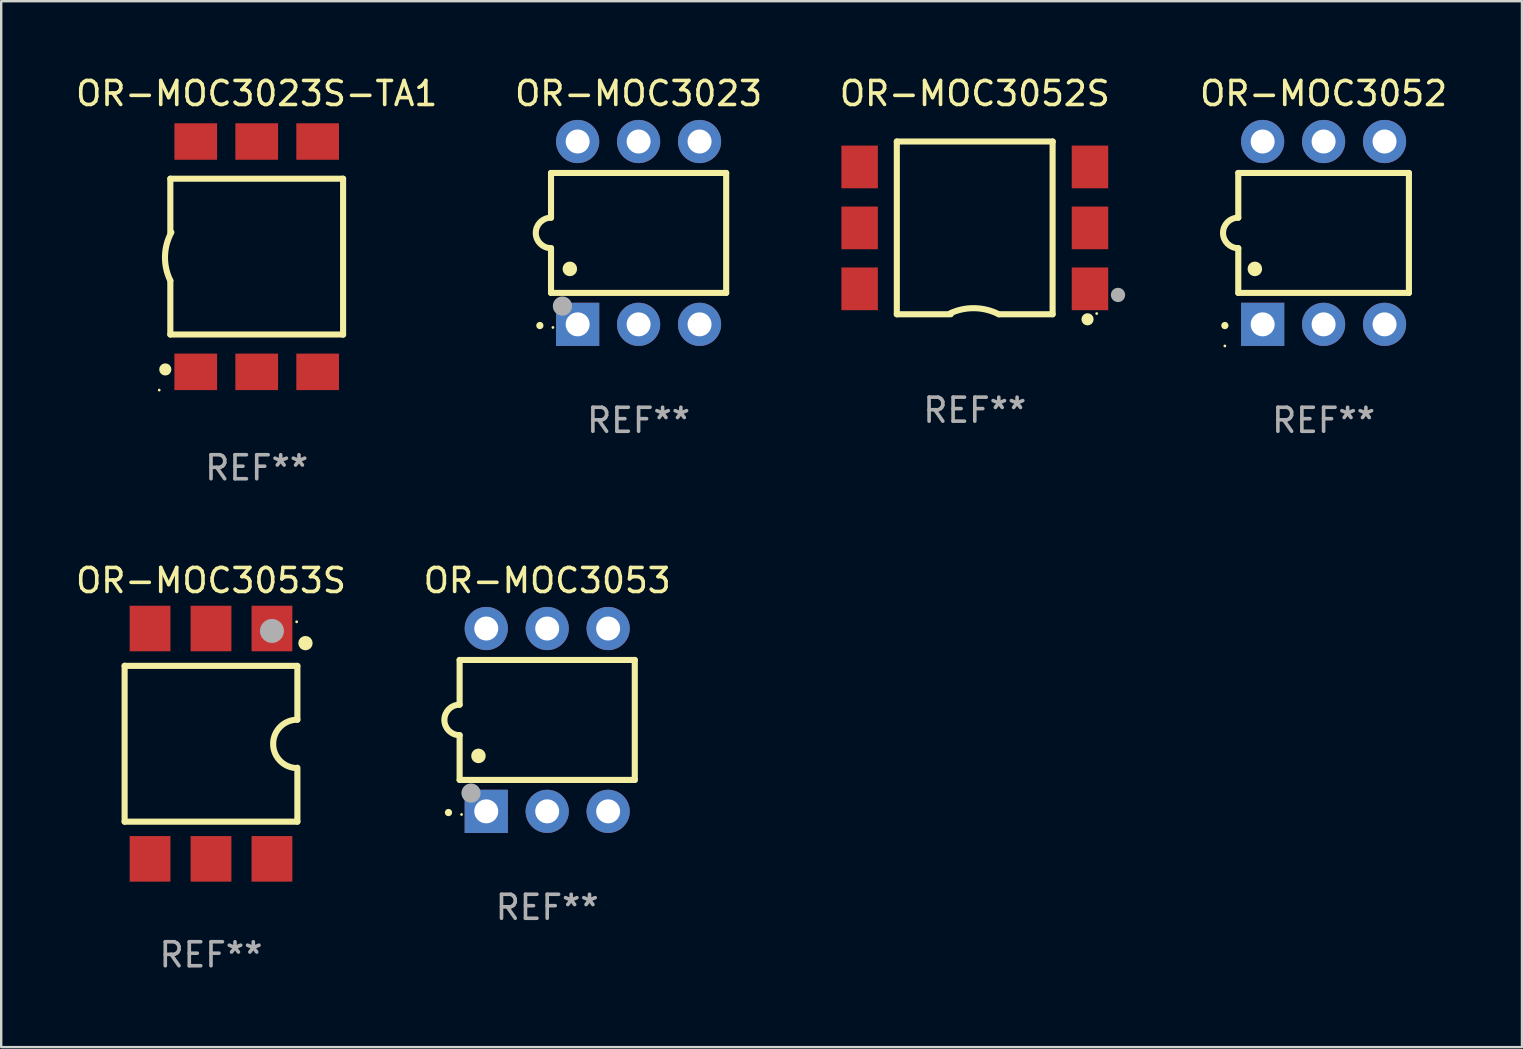
<source format=kicad_pcb>
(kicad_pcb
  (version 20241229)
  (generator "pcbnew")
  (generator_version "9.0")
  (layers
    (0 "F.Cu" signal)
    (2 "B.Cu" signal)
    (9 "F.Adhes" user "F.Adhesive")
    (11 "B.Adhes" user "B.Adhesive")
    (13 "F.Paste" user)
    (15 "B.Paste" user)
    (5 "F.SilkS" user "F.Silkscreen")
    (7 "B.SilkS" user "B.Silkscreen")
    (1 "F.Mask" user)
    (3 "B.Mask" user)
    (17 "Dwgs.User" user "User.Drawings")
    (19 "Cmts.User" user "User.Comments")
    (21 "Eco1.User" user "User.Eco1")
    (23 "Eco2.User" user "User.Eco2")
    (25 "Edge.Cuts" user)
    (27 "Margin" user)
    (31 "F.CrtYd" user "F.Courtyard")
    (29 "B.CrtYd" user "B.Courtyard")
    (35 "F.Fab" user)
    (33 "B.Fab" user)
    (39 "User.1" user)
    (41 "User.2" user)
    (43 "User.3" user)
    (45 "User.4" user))
  (footprint "OR-MOC3052"
    (layer "F.Cu")
    (at 52.114 6.658)
    (property "Reference" "OR-MOC3052" (at 0 -5.81 0) (layer "F.SilkS") (effects (font (size 1 1) (thickness 0.15))))
    (attr through_hole)
    (fp_line (start -3.556 -2.5) (end 3.556 -2.5) (stroke (width 0.254) (type solid)) (layer "F.SilkS"))
    (fp_line (start -3.556 -0.635) (end -3.556 -2.5) (stroke (width 0.254) (type solid)) (layer "F.SilkS"))
    (fp_line (start -3.556 0.635) (end -3.556 2.5) (stroke (width 0.254) (type solid)) (layer "F.SilkS"))
    (fp_line (start -3.556 2.5) (end 3.556 2.5) (stroke (width 0.254) (type solid)) (layer "F.SilkS"))
    (fp_line (start 3.556 -2.5) (end 3.556 2.5) (stroke (width 0.254) (type solid)) (layer "F.SilkS"))
    (fp_arc (start -4.114808 3.860808) (mid -4.114813 3.859538) (end -4.114808 3.858268) (stroke (width 0.3) (type solid)) (layer "F.SilkS"))
    (fp_arc (start -3.556007 0.635001) (mid -4.191008 0) (end -3.556007 -0.635001) (stroke (width 0.254001) (type solid)) (layer "F.SilkS"))
    (fp_arc (start -2.865405 1.501143) (mid -2.865416 1.498603) (end -2.865405 1.496063) (stroke (width 0.6) (type solid)) (layer "F.SilkS"))
    (fp_circle (center -4.115 4.71) (end -4.085 4.71) (stroke (width 0.06) (type solid)) (fill no) (layer "F.SilkS"))
    (fp_text user "REF**" (at 0 7.81 0) (layer "F.Fab") (effects (font (size 1 1) (thickness 0.15))))
    (pad "1" thru_hole rect (at -2.54 3.81 90) (size 1.8 1.8) (drill 1) (layers "*.Cu" "*.Mask"))
    (pad "2" thru_hole circle (at 0 3.81) (size 1.8 1.8) (drill 1) (layers "*.Cu" "*.Mask"))
    (pad "3" thru_hole circle (at 2.54 3.81) (size 1.8 1.8) (drill 1) (layers "*.Cu" "*.Mask"))
    (pad "4" thru_hole circle (at 2.54 -3.81) (size 1.8 1.8) (drill 1) (layers "*.Cu" "*.Mask"))
    (pad "5" thru_hole circle (at 0 -3.81) (size 1.8 1.8) (drill 1) (layers "*.Cu" "*.Mask"))
    (pad "6" thru_hole circle (at -2.54 -3.81) (size 1.8 1.8) (drill 1) (layers "*.Cu" "*.Mask")))
  (footprint "OR-MOC3052S"
    (layer "F.Cu")
    (at 37.577 6.448)
    (property "Reference" "OR-MOC3052S" (at 0 -5.6 0) (layer "F.SilkS") (effects (font (size 1 1) (thickness 0.15))))
    (attr through_hole)
    (fp_line (start -3.25 -3.6) (end 3.25 -3.6) (stroke (width 0.254) (type solid)) (layer "F.SilkS"))
    (fp_line (start -3.25 3.6) (end -3.25 -3.6) (stroke (width 0.254) (type solid)) (layer "F.SilkS"))
    (fp_line (start -3.25 3.6) (end -1 3.6) (stroke (width 0.254) (type solid)) (layer "F.SilkS"))
    (fp_line (start 3.243 -3.6) (end 3.243 3.6) (stroke (width 0.254) (type solid)) (layer "F.SilkS"))
    (fp_line (start 3.243 3.6) (end 1 3.6) (stroke (width 0.254) (type solid)) (layer "F.SilkS"))
    (fp_arc (start -1.016002 3.556007) (mid -0.003177 3.346492) (end 0.999746 3.599187) (stroke (width 0.254001) (type solid)) (layer "F.SilkS"))
    (fp_circle (center 4.699 3.81) (end 4.826 3.81) (stroke (width 0.254) (type solid)) (fill no) (layer "F.SilkS"))
    (fp_circle (center 5.08 3.57) (end 5.11 3.57) (stroke (width 0.06) (type solid)) (fill no) (layer "F.SilkS"))
    (fp_circle (center 5.969 2.794) (end 6.119 2.794) (stroke (width 0.3) (type solid)) (fill no) (layer "F.Fab"))
    (fp_text user "REF**" (at 0 7.6 0) (layer "F.Fab") (effects (font (size 1 1) (thickness 0.15))))
    (pad "1" smd rect (at 4.8 2.54 90) (size 1.78 1.52) (layers "F.Cu" "F.Mask" "F.Paste"))
    (pad "2" smd rect (at 4.8 0 90) (size 1.78 1.52) (layers "F.Cu" "F.Mask" "F.Paste"))
    (pad "3" smd rect (at 4.8 -2.54 90) (size 1.78 1.52) (layers "F.Cu" "F.Mask" "F.Paste"))
    (pad "4" smd rect (at -4.8 -2.54 90) (size 1.78 1.52) (layers "F.Cu" "F.Mask" "F.Paste"))
    (pad "5" smd rect (at -4.8 0 90) (size 1.78 1.52) (layers "F.Cu" "F.Mask" "F.Paste"))
    (pad "6" smd rect (at -4.8 2.54 90) (size 1.78 1.52) (layers "F.Cu" "F.Mask" "F.Paste")))
  (footprint "OR-MOC3053S"
    (layer "F.Cu")
    (at 5.744 27.945)
    (property "Reference" "OR-MOC3053S" (at 0 -6.8 0) (layer "F.SilkS") (effects (font (size 1 1) (thickness 0.15))))
    (attr through_hole)
    (fp_line (start -3.6 -3.243) (end 3.6 -3.243) (stroke (width 0.254) (type solid)) (layer "F.SilkS"))
    (fp_line (start -3.6 3.25) (end -3.6 -3.25) (stroke (width 0.254) (type solid)) (layer "F.SilkS"))
    (fp_line (start 3.6 -3.243) (end 3.6 -1) (stroke (width 0.254) (type solid)) (layer "F.SilkS"))
    (fp_line (start 3.6 3.25) (end -3.6 3.25) (stroke (width 0.254) (type solid)) (layer "F.SilkS"))
    (fp_line (start 3.6 3.25) (end 3.6 1) (stroke (width 0.254) (type solid)) (layer "F.SilkS"))
    (fp_arc (start 3.556007 1.016002) (mid 2.590858 -0.013009) (end 3.599187 -0.999745) (stroke (width 0.254001) (type solid)) (layer "F.SilkS"))
    (fp_circle (center 3.57 -5.08) (end 3.6 -5.08) (stroke (width 0.06) (type solid)) (fill no) (layer "F.SilkS"))
    (fp_circle (center 3.937 -4.191) (end 4.087 -4.191) (stroke (width 0.3) (type solid)) (fill no) (layer "F.SilkS"))
    (fp_circle (center 2.54 -4.699) (end 2.79 -4.699) (stroke (width 0.5) (type solid)) (fill no) (layer "F.Fab"))
    (fp_text user "REF**" (at 0 8.8 0) (layer "F.Fab") (effects (font (size 1 1) (thickness 0.15))))
    (pad "1" smd rect (at 2.54 -4.8 180) (size 1.7 1.9) (layers "F.Cu" "F.Mask" "F.Paste"))
    (pad "2" smd rect (at 0 -4.8 180) (size 1.7 1.9) (layers "F.Cu" "F.Mask" "F.Paste"))
    (pad "3" smd rect (at -2.54 -4.8 180) (size 1.7 1.9) (layers "F.Cu" "F.Mask" "F.Paste"))
    (pad "4" smd rect (at -2.54 4.8 180) (size 1.7 1.9) (layers "F.Cu" "F.Mask" "F.Paste"))
    (pad "5" smd rect (at 0 4.8 180) (size 1.7 1.9) (layers "F.Cu" "F.Mask" "F.Paste"))
    (pad "6" smd rect (at 2.54 4.8 180) (size 1.7 1.9) (layers "F.Cu" "F.Mask" "F.Paste")))
  (footprint "OR-MOC3023S-TA1"
    (layer "F.Cu")
    (at 7.649 7.648)
    (property "Reference" "OR-MOC3023S-TA1" (at 0 -6.8 0) (layer "F.SilkS") (effects (font (size 1 1) (thickness 0.15))))
    (attr through_hole)
    (fp_line (start -3.6 -3.25) (end -3.6 -1) (stroke (width 0.254) (type solid)) (layer "F.SilkS"))
    (fp_line (start -3.6 -3.25) (end 3.6 -3.25) (stroke (width 0.254) (type solid)) (layer "F.SilkS"))
    (fp_line (start -3.6 3.243) (end -3.6 1) (stroke (width 0.254) (type solid)) (layer "F.SilkS"))
    (fp_line (start 3.6 -3.25) (end 3.6 3.25) (stroke (width 0.254) (type solid)) (layer "F.SilkS"))
    (fp_line (start 3.6 3.243) (end -3.6 3.243) (stroke (width 0.254) (type solid)) (layer "F.SilkS"))
    (fp_arc (start -3.599187 0.999746) (mid -3.822377 -0.013372) (end -3.556007 -1.016002) (stroke (width 0.254001) (type solid)) (layer "F.SilkS"))
    (fp_circle (center -4.064 5.56) (end -4.034 5.56) (stroke (width 0.06) (type solid)) (fill no) (layer "F.SilkS"))
    (fp_circle (center -3.81 4.699) (end -3.683 4.699) (stroke (width 0.254) (type solid)) (fill no) (layer "F.SilkS"))
    (fp_text user "REF**" (at 0 8.8 0) (layer "F.Fab") (effects (font (size 1 1) (thickness 0.15))))
    (pad "1" smd rect (at -2.54 4.8) (size 1.78 1.52) (layers "F.Cu" "F.Mask" "F.Paste"))
    (pad "2" smd rect (at 0 4.8) (size 1.78 1.52) (layers "F.Cu" "F.Mask" "F.Paste"))
    (pad "3" smd rect (at 2.54 4.8) (size 1.78 1.52) (layers "F.Cu" "F.Mask" "F.Paste"))
    (pad "4" smd rect (at 2.54 -4.8) (size 1.78 1.52) (layers "F.Cu" "F.Mask" "F.Paste"))
    (pad "5" smd rect (at 0 -4.8) (size 1.78 1.52) (layers "F.Cu" "F.Mask" "F.Paste"))
    (pad "6" smd rect (at -2.54 -4.8) (size 1.78 1.52) (layers "F.Cu" "F.Mask" "F.Paste")))
  (footprint "OR-MOC3053"
    (layer "F.Cu")
    (at 19.756 26.955)
    (property "Reference" "OR-MOC3053" (at 0 -5.81 0) (layer "F.SilkS") (effects (font (size 1 1) (thickness 0.15))))
    (attr through_hole)
    (fp_line (start -3.65 -2.5) (end 3.65 -2.5) (stroke (width 0.254) (type solid)) (layer "F.SilkS"))
    (fp_line (start -3.65 -0.635) (end -3.65 -2.5) (stroke (width 0.254) (type solid)) (layer "F.SilkS"))
    (fp_line (start -3.65 0.635) (end -3.65 2.5) (stroke (width 0.254) (type solid)) (layer "F.SilkS"))
    (fp_line (start -3.65 2.5) (end 3.65 2.5) (stroke (width 0.254) (type solid)) (layer "F.SilkS"))
    (fp_line (start 3.65 -2.5) (end 3.65 2.5) (stroke (width 0.254) (type solid)) (layer "F.SilkS"))
    (fp_arc (start -4.114808 3.860808) (mid -4.114813 3.859538) (end -4.114808 3.858268) (stroke (width 0.3) (type solid)) (layer "F.SilkS"))
    (fp_arc (start -3.650013 0.635001) (mid -4.285014 0) (end -3.650013 -0.635001) (stroke (width 0.254001) (type solid)) (layer "F.SilkS"))
    (fp_arc (start -2.865405 1.501143) (mid -2.865416 1.498603) (end -2.865405 1.496063) (stroke (width 0.6) (type solid)) (layer "F.SilkS"))
    (fp_circle (center -3.57 3.94) (end -3.54 3.94) (stroke (width 0.06) (type solid)) (fill no) (layer "F.SilkS"))
    (fp_circle (center -3.175 3.048) (end -2.975 3.048) (stroke (width 0.4) (type solid)) (fill no) (layer "F.Fab"))
    (fp_text user "REF**" (at 0 7.81 0) (layer "F.Fab") (effects (font (size 1 1) (thickness 0.15))))
    (pad "1" thru_hole rect (at -2.54 3.81 90) (size 1.8 1.8) (drill 1) (layers "*.Cu" "*.Mask"))
    (pad "2" thru_hole circle (at 0 3.81) (size 1.8 1.8) (drill 1) (layers "*.Cu" "*.Mask"))
    (pad "3" thru_hole circle (at 2.54 3.81) (size 1.8 1.8) (drill 1) (layers "*.Cu" "*.Mask"))
    (pad "4" thru_hole circle (at 2.54 -3.81) (size 1.8 1.8) (drill 1) (layers "*.Cu" "*.Mask"))
    (pad "5" thru_hole circle (at 0 -3.81) (size 1.8 1.8) (drill 1) (layers "*.Cu" "*.Mask"))
    (pad "6" thru_hole circle (at -2.54 -3.81) (size 1.8 1.8) (drill 1) (layers "*.Cu" "*.Mask")))
  (footprint "OR-MOC3023"
    (layer "F.Cu")
    (at 23.565 6.658)
    (property "Reference" "OR-MOC3023" (at 0 -5.81 0) (layer "F.SilkS") (effects (font (size 1 1) (thickness 0.15))))
    (attr through_hole)
    (fp_line (start -3.65 -2.5) (end 3.65 -2.5) (stroke (width 0.254) (type solid)) (layer "F.SilkS"))
    (fp_line (start -3.65 -0.635) (end -3.65 -2.5) (stroke (width 0.254) (type solid)) (layer "F.SilkS"))
    (fp_line (start -3.65 0.635) (end -3.65 2.5) (stroke (width 0.254) (type solid)) (layer "F.SilkS"))
    (fp_line (start -3.65 2.5) (end 3.65 2.5) (stroke (width 0.254) (type solid)) (layer "F.SilkS"))
    (fp_line (start 3.65 -2.5) (end 3.65 2.5) (stroke (width 0.254) (type solid)) (layer "F.SilkS"))
    (fp_arc (start -4.114808 3.860808) (mid -4.114813 3.859538) (end -4.114808 3.858268) (stroke (width 0.3) (type solid)) (layer "F.SilkS"))
    (fp_arc (start -3.650013 0.635001) (mid -4.285014 0) (end -3.650013 -0.635001) (stroke (width 0.254001) (type solid)) (layer "F.SilkS"))
    (fp_arc (start -2.865405 1.501143) (mid -2.865416 1.498603) (end -2.865405 1.496063) (stroke (width 0.6) (type solid)) (layer "F.SilkS"))
    (fp_circle (center -3.57 3.94) (end -3.54 3.94) (stroke (width 0.06) (type solid)) (fill no) (layer "F.SilkS"))
    (fp_circle (center -3.175 3.048) (end -2.975 3.048) (stroke (width 0.4) (type solid)) (fill no) (layer "F.Fab"))
    (fp_text user "REF**" (at 0 7.81 0) (layer "F.Fab") (effects (font (size 1 1) (thickness 0.15))))
    (pad "1" thru_hole rect (at -2.54 3.81 90) (size 1.8 1.8) (drill 1) (layers "*.Cu" "*.Mask"))
    (pad "2" thru_hole circle (at 0 3.81) (size 1.8 1.8) (drill 1) (layers "*.Cu" "*.Mask"))
    (pad "3" thru_hole circle (at 2.54 3.81) (size 1.8 1.8) (drill 1) (layers "*.Cu" "*.Mask"))
    (pad "4" thru_hole circle (at 2.54 -3.81) (size 1.8 1.8) (drill 1) (layers "*.Cu" "*.Mask"))
    (pad "5" thru_hole circle (at 0 -3.81) (size 1.8 1.8) (drill 1) (layers "*.Cu" "*.Mask"))
    (pad "6" thru_hole circle (at -2.54 -3.81) (size 1.8 1.8) (drill 1) (layers "*.Cu" "*.Mask")))
  (gr_rect
    (start -3 -3)
    (end 60.382 40.593)
    (stroke (width 0.1) (type default))
    (fill no)
    (layer "Edge.Cuts")))
</source>
